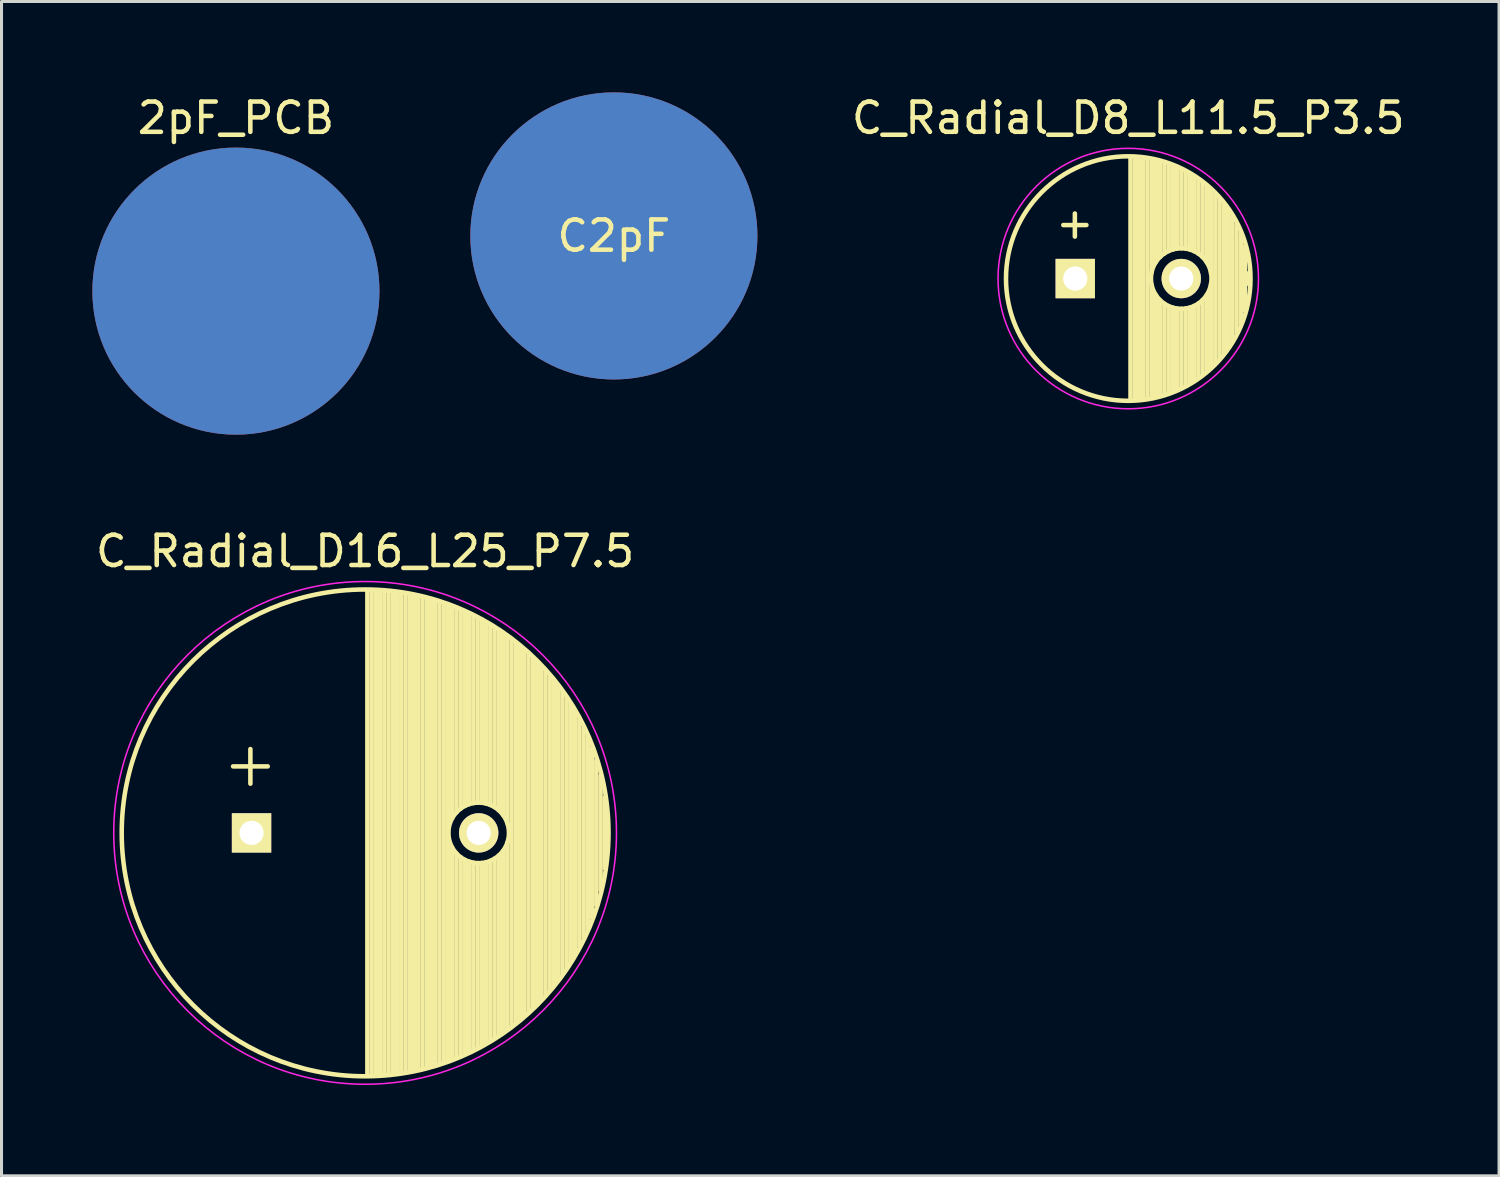
<source format=kicad_pcb>
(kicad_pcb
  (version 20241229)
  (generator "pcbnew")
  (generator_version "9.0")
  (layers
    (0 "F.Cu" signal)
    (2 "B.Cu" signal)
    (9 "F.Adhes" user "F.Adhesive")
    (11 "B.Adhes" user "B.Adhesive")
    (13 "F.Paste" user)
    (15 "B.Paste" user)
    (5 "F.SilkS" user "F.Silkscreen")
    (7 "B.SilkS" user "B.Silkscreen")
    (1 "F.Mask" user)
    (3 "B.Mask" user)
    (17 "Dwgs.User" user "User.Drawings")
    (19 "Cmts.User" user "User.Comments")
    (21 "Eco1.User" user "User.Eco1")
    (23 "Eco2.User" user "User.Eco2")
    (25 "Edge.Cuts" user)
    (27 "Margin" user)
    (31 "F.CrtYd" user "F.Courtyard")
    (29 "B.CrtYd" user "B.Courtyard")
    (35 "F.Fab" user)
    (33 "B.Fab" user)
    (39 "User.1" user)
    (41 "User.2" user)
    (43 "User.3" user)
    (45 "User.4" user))
  (footprint "C2pF"
    (layer "F.Cu")
    (at 17.22 4.74)
    (property "Reference" "C2pF" (at 0 0 0) (layer "F.SilkS") (effects (font (size 1 1) (thickness 0.15))))
    (attr through_hole)
    (pad "1" smd circle (at 0 0) (size 9.48 9.48) (layers "F.Cu" "F.Mask" "F.Paste"))
    (pad "2" smd circle (at 0 0) (size 9.48 9.48) (layers "F.Mask" "B.Cu" "F.Paste")))
  (footprint "2pF_PCB"
    (layer "F.Cu")
    (at 4.74 6.563)
    (property "Reference" "2pF_PCB" (at 0 -5.715 0) (layer "F.SilkS") (effects (font (size 1 1) (thickness 0.15))))
    (attr through_hole)
    (pad "1" smd circle (at 0 0) (size 9.48 9.48) (layers "F.Cu"))
    (pad "2" smd circle (at 0 0) (size 9.48 9.48) (layers "B.Cu")))
  (footprint "C_Radial_D8_L11.5_P3.5"
    (layer "F.Cu")
    (at 32.455 6.148)
    (property "Reference" "C_Radial_D8_L11.5_P3.5" (at 1.75 -5.3 0) (layer "F.SilkS") (effects (font (size 1 1) (thickness 0.15))))
    (attr through_hole)
    (fp_line (start 1.825 -3.999) (end 1.825 3.999) (stroke (width 0.15) (type solid)) (layer "F.SilkS"))
    (fp_line (start 1.965 -3.994) (end 1.965 3.994) (stroke (width 0.15) (type solid)) (layer "F.SilkS"))
    (fp_line (start 2.105 -3.984) (end 2.105 3.984) (stroke (width 0.15) (type solid)) (layer "F.SilkS"))
    (fp_line (start 2.245 -3.969) (end 2.245 3.969) (stroke (width 0.15) (type solid)) (layer "F.SilkS"))
    (fp_line (start 2.385 -3.949) (end 2.385 3.949) (stroke (width 0.15) (type solid)) (layer "F.SilkS"))
    (fp_line (start 2.525 -3.924) (end 2.525 -0.222) (stroke (width 0.15) (type solid)) (layer "F.SilkS"))
    (fp_line (start 2.525 0.222) (end 2.525 3.924) (stroke (width 0.15) (type solid)) (layer "F.SilkS"))
    (fp_line (start 2.665 -3.894) (end 2.665 -0.55) (stroke (width 0.15) (type solid)) (layer "F.SilkS"))
    (fp_line (start 2.665 0.55) (end 2.665 3.894) (stroke (width 0.15) (type solid)) (layer "F.SilkS"))
    (fp_line (start 2.805 -3.858) (end 2.805 -0.719) (stroke (width 0.15) (type solid)) (layer "F.SilkS"))
    (fp_line (start 2.805 0.719) (end 2.805 3.858) (stroke (width 0.15) (type solid)) (layer "F.SilkS"))
    (fp_line (start 2.945 -3.817) (end 2.945 -0.832) (stroke (width 0.15) (type solid)) (layer "F.SilkS"))
    (fp_line (start 2.945 0.832) (end 2.945 3.817) (stroke (width 0.15) (type solid)) (layer "F.SilkS"))
    (fp_line (start 3.085 -3.771) (end 3.085 -0.91) (stroke (width 0.15) (type solid)) (layer "F.SilkS"))
    (fp_line (start 3.085 0.91) (end 3.085 3.771) (stroke (width 0.15) (type solid)) (layer "F.SilkS"))
    (fp_line (start 3.225 -3.718) (end 3.225 -0.961) (stroke (width 0.15) (type solid)) (layer "F.SilkS"))
    (fp_line (start 3.225 0.961) (end 3.225 3.718) (stroke (width 0.15) (type solid)) (layer "F.SilkS"))
    (fp_line (start 3.365 -3.659) (end 3.365 -0.991) (stroke (width 0.15) (type solid)) (layer "F.SilkS"))
    (fp_line (start 3.365 0.991) (end 3.365 3.659) (stroke (width 0.15) (type solid)) (layer "F.SilkS"))
    (fp_line (start 3.505 -3.594) (end 3.505 -1) (stroke (width 0.15) (type solid)) (layer "F.SilkS"))
    (fp_line (start 3.505 1) (end 3.505 3.594) (stroke (width 0.15) (type solid)) (layer "F.SilkS"))
    (fp_line (start 3.645 -3.523) (end 3.645 -0.989) (stroke (width 0.15) (type solid)) (layer "F.SilkS"))
    (fp_line (start 3.645 0.989) (end 3.645 3.523) (stroke (width 0.15) (type solid)) (layer "F.SilkS"))
    (fp_line (start 3.785 -3.444) (end 3.785 -0.959) (stroke (width 0.15) (type solid)) (layer "F.SilkS"))
    (fp_line (start 3.785 0.959) (end 3.785 3.444) (stroke (width 0.15) (type solid)) (layer "F.SilkS"))
    (fp_line (start 3.925 -3.357) (end 3.925 -0.905) (stroke (width 0.15) (type solid)) (layer "F.SilkS"))
    (fp_line (start 3.925 0.905) (end 3.925 3.357) (stroke (width 0.15) (type solid)) (layer "F.SilkS"))
    (fp_line (start 4.065 -3.262) (end 4.065 -0.825) (stroke (width 0.15) (type solid)) (layer "F.SilkS"))
    (fp_line (start 4.065 0.825) (end 4.065 3.262) (stroke (width 0.15) (type solid)) (layer "F.SilkS"))
    (fp_line (start 4.205 -3.158) (end 4.205 -0.709) (stroke (width 0.15) (type solid)) (layer "F.SilkS"))
    (fp_line (start 4.205 0.709) (end 4.205 3.158) (stroke (width 0.15) (type solid)) (layer "F.SilkS"))
    (fp_line (start 4.345 -3.044) (end 4.345 -0.535) (stroke (width 0.15) (type solid)) (layer "F.SilkS"))
    (fp_line (start 4.345 0.535) (end 4.345 3.044) (stroke (width 0.15) (type solid)) (layer "F.SilkS"))
    (fp_line (start 4.485 -2.919) (end 4.485 -0.173) (stroke (width 0.15) (type solid)) (layer "F.SilkS"))
    (fp_line (start 4.485 0.173) (end 4.485 2.919) (stroke (width 0.15) (type solid)) (layer "F.SilkS"))
    (fp_line (start 4.625 -2.781) (end 4.625 2.781) (stroke (width 0.15) (type solid)) (layer "F.SilkS"))
    (fp_line (start 4.765 -2.629) (end 4.765 2.629) (stroke (width 0.15) (type solid)) (layer "F.SilkS"))
    (fp_line (start 4.905 -2.459) (end 4.905 2.459) (stroke (width 0.15) (type solid)) (layer "F.SilkS"))
    (fp_line (start 5.045 -2.268) (end 5.045 2.268) (stroke (width 0.15) (type solid)) (layer "F.SilkS"))
    (fp_line (start 5.185 -2.05) (end 5.185 2.05) (stroke (width 0.15) (type solid)) (layer "F.SilkS"))
    (fp_line (start 5.325 -1.794) (end 5.325 1.794) (stroke (width 0.15) (type solid)) (layer "F.SilkS"))
    (fp_line (start 5.465 -1.483) (end 5.465 1.483) (stroke (width 0.15) (type solid)) (layer "F.SilkS"))
    (fp_line (start 5.605 -1.067) (end 5.605 1.067) (stroke (width 0.15) (type solid)) (layer "F.SilkS"))
    (fp_line (start 5.745 -0.2) (end 5.745 0.2) (stroke (width 0.15) (type solid)) (layer "F.SilkS"))
    (fp_circle (center 1.75 0) (end 1.75 -4.037) (stroke (width 0.15) (type solid)) (fill no) (layer "F.SilkS"))
    (fp_circle (center 3.5 0) (end 3.5 -1) (stroke (width 0.15) (type solid)) (fill no) (layer "F.SilkS"))
    (fp_circle (center 1.75 0) (end 1.75 -4.3) (stroke (width 0.05) (type solid)) (fill no) (layer "F.CrtYd"))
    (fp_text user "+" (at -0.013 -1.841 0) (layer "F.SilkS") (effects (font (size 1 1) (thickness 0.15))))
    (pad "1" thru_hole rect (at 0 0) (size 1.3 1.3) (drill 0.8) (layers "*.Cu" "*.Mask" "F.SilkS"))
    (pad "2" thru_hole circle (at 3.5 0) (size 1.3 1.3) (drill 0.8) (layers "*.Cu" "*.Mask" "F.SilkS")))
  (footprint "C_Radial_D16_L25_P7.5"
    (layer "F.Cu")
    (at 5.256 24.452)
    (property "Reference" "C_Radial_D16_L25_P7.5" (at 3.75 -9.3 0) (layer "F.SilkS") (effects (font (size 1 1) (thickness 0.15))))
    (attr through_hole)
    (fp_line (start 3.825 -8) (end 3.825 8) (stroke (width 0.15) (type solid)) (layer "F.SilkS"))
    (fp_line (start 3.965 -7.997) (end 3.965 7.997) (stroke (width 0.15) (type solid)) (layer "F.SilkS"))
    (fp_line (start 4.105 -7.992) (end 4.105 7.992) (stroke (width 0.15) (type solid)) (layer "F.SilkS"))
    (fp_line (start 4.245 -7.985) (end 4.245 7.985) (stroke (width 0.15) (type solid)) (layer "F.SilkS"))
    (fp_line (start 4.385 -7.975) (end 4.385 7.975) (stroke (width 0.15) (type solid)) (layer "F.SilkS"))
    (fp_line (start 4.525 -7.962) (end 4.525 7.962) (stroke (width 0.15) (type solid)) (layer "F.SilkS"))
    (fp_line (start 4.665 -7.948) (end 4.665 7.948) (stroke (width 0.15) (type solid)) (layer "F.SilkS"))
    (fp_line (start 4.805 -7.93) (end 4.805 7.93) (stroke (width 0.15) (type solid)) (layer "F.SilkS"))
    (fp_line (start 4.945 -7.91) (end 4.945 7.91) (stroke (width 0.15) (type solid)) (layer "F.SilkS"))
    (fp_line (start 5.085 -7.888) (end 5.085 7.888) (stroke (width 0.15) (type solid)) (layer "F.SilkS"))
    (fp_line (start 5.225 -7.863) (end 5.225 7.863) (stroke (width 0.15) (type solid)) (layer "F.SilkS"))
    (fp_line (start 5.365 -7.835) (end 5.365 7.835) (stroke (width 0.15) (type solid)) (layer "F.SilkS"))
    (fp_line (start 5.505 -7.805) (end 5.505 7.805) (stroke (width 0.15) (type solid)) (layer "F.SilkS"))
    (fp_line (start 5.645 -7.772) (end 5.645 7.772) (stroke (width 0.15) (type solid)) (layer "F.SilkS"))
    (fp_line (start 5.785 -7.737) (end 5.785 7.737) (stroke (width 0.15) (type solid)) (layer "F.SilkS"))
    (fp_line (start 5.925 -7.699) (end 5.925 7.699) (stroke (width 0.15) (type solid)) (layer "F.SilkS"))
    (fp_line (start 6.065 -7.658) (end 6.065 7.658) (stroke (width 0.15) (type solid)) (layer "F.SilkS"))
    (fp_line (start 6.205 -7.614) (end 6.205 7.614) (stroke (width 0.15) (type solid)) (layer "F.SilkS"))
    (fp_line (start 6.345 -7.567) (end 6.345 7.567) (stroke (width 0.15) (type solid)) (layer "F.SilkS"))
    (fp_line (start 6.485 -7.518) (end 6.485 7.518) (stroke (width 0.15) (type solid)) (layer "F.SilkS"))
    (fp_line (start 6.625 -7.466) (end 6.625 -0.484) (stroke (width 0.15) (type solid)) (layer "F.SilkS"))
    (fp_line (start 6.625 0.484) (end 6.625 7.466) (stroke (width 0.15) (type solid)) (layer "F.SilkS"))
    (fp_line (start 6.765 -7.41) (end 6.765 -0.678) (stroke (width 0.15) (type solid)) (layer "F.SilkS"))
    (fp_line (start 6.765 0.678) (end 6.765 7.41) (stroke (width 0.15) (type solid)) (layer "F.SilkS"))
    (fp_line (start 6.905 -7.352) (end 6.905 -0.804) (stroke (width 0.15) (type solid)) (layer "F.SilkS"))
    (fp_line (start 6.905 0.804) (end 6.905 7.352) (stroke (width 0.15) (type solid)) (layer "F.SilkS"))
    (fp_line (start 7.045 -7.29) (end 7.045 -0.89) (stroke (width 0.15) (type solid)) (layer "F.SilkS"))
    (fp_line (start 7.045 0.89) (end 7.045 7.29) (stroke (width 0.15) (type solid)) (layer "F.SilkS"))
    (fp_line (start 7.185 -7.225) (end 7.185 -0.949) (stroke (width 0.15) (type solid)) (layer "F.SilkS"))
    (fp_line (start 7.185 0.949) (end 7.185 7.225) (stroke (width 0.15) (type solid)) (layer "F.SilkS"))
    (fp_line (start 7.325 -7.157) (end 7.325 -0.985) (stroke (width 0.15) (type solid)) (layer "F.SilkS"))
    (fp_line (start 7.325 0.985) (end 7.325 7.157) (stroke (width 0.15) (type solid)) (layer "F.SilkS"))
    (fp_line (start 7.465 -7.085) (end 7.465 -0.999) (stroke (width 0.15) (type solid)) (layer "F.SilkS"))
    (fp_line (start 7.465 0.999) (end 7.465 7.085) (stroke (width 0.15) (type solid)) (layer "F.SilkS"))
    (fp_line (start 7.605 -7.01) (end 7.605 -0.994) (stroke (width 0.15) (type solid)) (layer "F.SilkS"))
    (fp_line (start 7.605 0.994) (end 7.605 7.01) (stroke (width 0.15) (type solid)) (layer "F.SilkS"))
    (fp_line (start 7.745 -6.931) (end 7.745 -0.97) (stroke (width 0.15) (type solid)) (layer "F.SilkS"))
    (fp_line (start 7.745 0.97) (end 7.745 6.931) (stroke (width 0.15) (type solid)) (layer "F.SilkS"))
    (fp_line (start 7.885 -6.848) (end 7.885 -0.923) (stroke (width 0.15) (type solid)) (layer "F.SilkS"))
    (fp_line (start 7.885 0.923) (end 7.885 6.848) (stroke (width 0.15) (type solid)) (layer "F.SilkS"))
    (fp_line (start 8.025 -6.762) (end 8.025 -0.851) (stroke (width 0.15) (type solid)) (layer "F.SilkS"))
    (fp_line (start 8.025 0.851) (end 8.025 6.762) (stroke (width 0.15) (type solid)) (layer "F.SilkS"))
    (fp_line (start 8.165 -6.671) (end 8.165 -0.747) (stroke (width 0.15) (type solid)) (layer "F.SilkS"))
    (fp_line (start 8.165 0.747) (end 8.165 6.671) (stroke (width 0.15) (type solid)) (layer "F.SilkS"))
    (fp_line (start 8.305 -6.577) (end 8.305 -0.593) (stroke (width 0.15) (type solid)) (layer "F.SilkS"))
    (fp_line (start 8.305 0.593) (end 8.305 6.577) (stroke (width 0.15) (type solid)) (layer "F.SilkS"))
    (fp_line (start 8.445 -6.477) (end 8.445 -0.327) (stroke (width 0.15) (type solid)) (layer "F.SilkS"))
    (fp_line (start 8.445 0.327) (end 8.445 6.477) (stroke (width 0.15) (type solid)) (layer "F.SilkS"))
    (fp_line (start 8.585 -6.374) (end 8.585 6.374) (stroke (width 0.15) (type solid)) (layer "F.SilkS"))
    (fp_line (start 8.725 -6.265) (end 8.725 6.265) (stroke (width 0.15) (type solid)) (layer "F.SilkS"))
    (fp_line (start 8.865 -6.151) (end 8.865 6.151) (stroke (width 0.15) (type solid)) (layer "F.SilkS"))
    (fp_line (start 9.005 -6.032) (end 9.005 6.032) (stroke (width 0.15) (type solid)) (layer "F.SilkS"))
    (fp_line (start 9.145 -5.907) (end 9.145 5.907) (stroke (width 0.15) (type solid)) (layer "F.SilkS"))
    (fp_line (start 9.285 -5.776) (end 9.285 5.776) (stroke (width 0.15) (type solid)) (layer "F.SilkS"))
    (fp_line (start 9.425 -5.639) (end 9.425 5.639) (stroke (width 0.15) (type solid)) (layer "F.SilkS"))
    (fp_line (start 9.565 -5.494) (end 9.565 5.494) (stroke (width 0.15) (type solid)) (layer "F.SilkS"))
    (fp_line (start 9.705 -5.342) (end 9.705 5.342) (stroke (width 0.15) (type solid)) (layer "F.SilkS"))
    (fp_line (start 9.845 -5.182) (end 9.845 5.182) (stroke (width 0.15) (type solid)) (layer "F.SilkS"))
    (fp_line (start 9.985 -5.012) (end 9.985 5.012) (stroke (width 0.15) (type solid)) (layer "F.SilkS"))
    (fp_line (start 10.125 -4.833) (end 10.125 4.833) (stroke (width 0.15) (type solid)) (layer "F.SilkS"))
    (fp_line (start 10.265 -4.643) (end 10.265 4.643) (stroke (width 0.15) (type solid)) (layer "F.SilkS"))
    (fp_line (start 10.405 -4.44) (end 10.405 4.44) (stroke (width 0.15) (type solid)) (layer "F.SilkS"))
    (fp_line (start 10.545 -4.222) (end 10.545 4.222) (stroke (width 0.15) (type solid)) (layer "F.SilkS"))
    (fp_line (start 10.685 -3.988) (end 10.685 3.988) (stroke (width 0.15) (type solid)) (layer "F.SilkS"))
    (fp_line (start 10.825 -3.734) (end 10.825 3.734) (stroke (width 0.15) (type solid)) (layer "F.SilkS"))
    (fp_line (start 10.965 -3.456) (end 10.965 3.456) (stroke (width 0.15) (type solid)) (layer "F.SilkS"))
    (fp_line (start 11.105 -3.147) (end 11.105 3.147) (stroke (width 0.15) (type solid)) (layer "F.SilkS"))
    (fp_line (start 11.245 -2.797) (end 11.245 2.797) (stroke (width 0.15) (type solid)) (layer "F.SilkS"))
    (fp_line (start 11.385 -2.389) (end 11.385 2.389) (stroke (width 0.15) (type solid)) (layer "F.SilkS"))
    (fp_line (start 11.525 -1.884) (end 11.525 1.884) (stroke (width 0.15) (type solid)) (layer "F.SilkS"))
    (fp_line (start 11.665 -1.163) (end 11.665 1.163) (stroke (width 0.15) (type solid)) (layer "F.SilkS"))
    (fp_circle (center 3.75 0) (end 3.75 -8.037) (stroke (width 0.15) (type solid)) (fill no) (layer "F.SilkS"))
    (fp_circle (center 7.5 0) (end 7.5 -1) (stroke (width 0.15) (type solid)) (fill no) (layer "F.SilkS"))
    (fp_circle (center 3.75 0) (end 3.75 -8.3) (stroke (width 0.05) (type solid)) (fill no) (layer "F.CrtYd"))
    (fp_text user "+" (at -0.038 -2.311 0) (layer "F.SilkS") (effects (font (size 1.5 1.5) (thickness 0.15))))
    (pad "1" thru_hole rect (at 0 0) (size 1.3 1.3) (drill 0.8) (layers "*.Cu" "*.Mask" "F.SilkS"))
    (pad "2" thru_hole circle (at 7.5 0) (size 1.3 1.3) (drill 0.8) (layers "*.Cu" "*.Mask" "F.SilkS")))
  (gr_rect
    (start -3 -3)
    (end 46.449 35.777)
    (stroke (width 0.1) (type default))
    (fill no)
    (layer "Edge.Cuts")))
</source>
